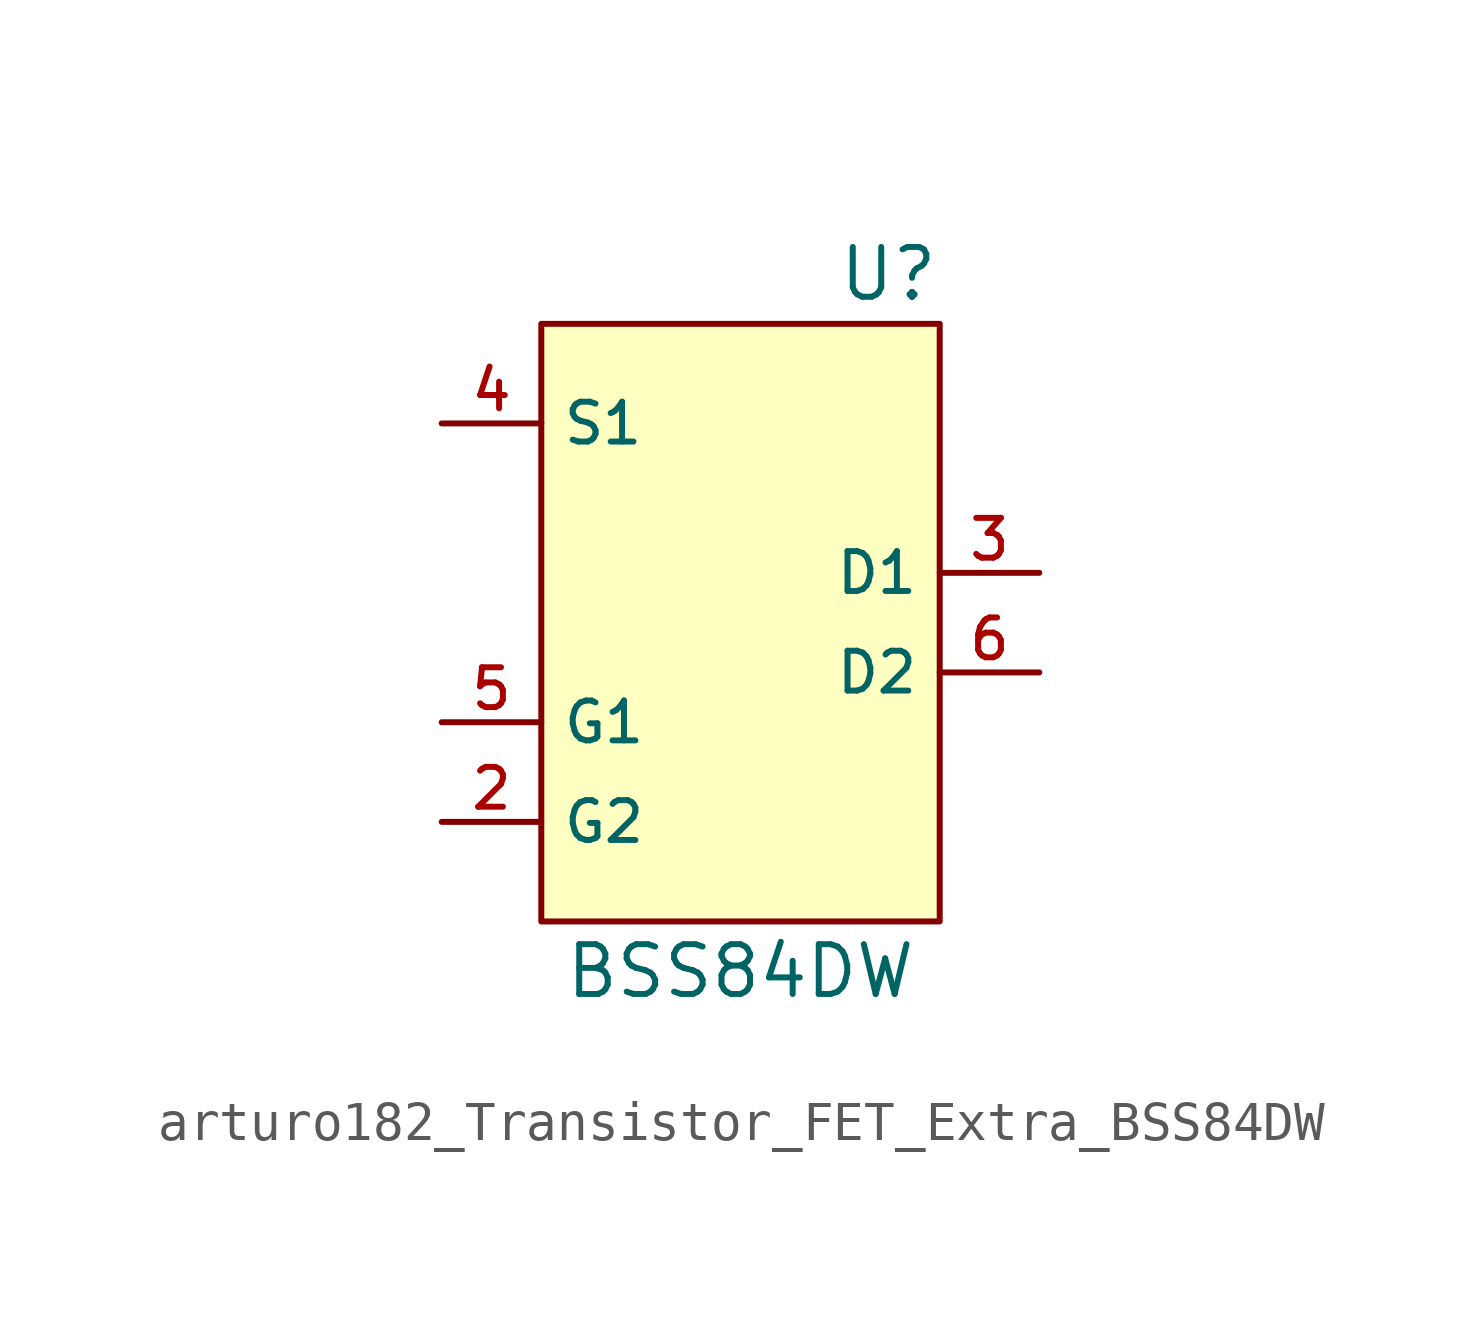
<source format=kicad_sym>
(kicad_symbol_lib
  (version 20220914)
  (generator kicad_symbol_editor)
  (symbol "Transistor_FET_Extra:arturo182_Transistor_FET_Extra_BSS84DW"
    (property "Reference" "U"
      (at 5.08 11.43 0)
      (effects (font (size 1.27 1.27)) (justify right)))
    (property "Value" "BSS84DW"
      (at 0 -6.35 0)
      (effects (font (size 1.27 1.27))))
    (symbol "arturo182_Transistor_FET_Extra_BSS84DW_0_1"
      (rectangle (start -5.08 10.16) (end 5.08 -5.08) (stroke (width 0)) (fill (type background))))
    (symbol "arturo182_Transistor_FET_Extra_BSS84DW_1_1"
      (pin passive line (at -7.62 7.62 0) (length 2.54) hide (name "S2" (effects (font (size 1.016 1.016)))) (number "1" (effects (font (size 1.016 1.016)))))
      (pin input line (at -7.62 -2.54 0) (length 2.54) (name "G2" (effects (font (size 1.016 1.016)))) (number "2" (effects (font (size 1.016 1.016)))))
      (pin passive line (at 7.62 3.81 180) (length 2.54) (name "D1" (effects (font (size 1.016 1.016)))) (number "3" (effects (font (size 1.016 1.016)))))
      (pin passive line (at -7.62 7.62 0) (length 2.54) (name "S1" (effects (font (size 1.016 1.016)))) (number "4" (effects (font (size 1.016 1.016)))))
      (pin input line (at -7.62 0 0) (length 2.54) (name "G1" (effects (font (size 1.016 1.016)))) (number "5" (effects (font (size 1.016 1.016)))))
      (pin passive line (at 7.62 1.27 180) (length 2.54) (name "D2" (effects (font (size 1.016 1.016)))) (number "6" (effects (font (size 1.016 1.016))))))))
</source>
